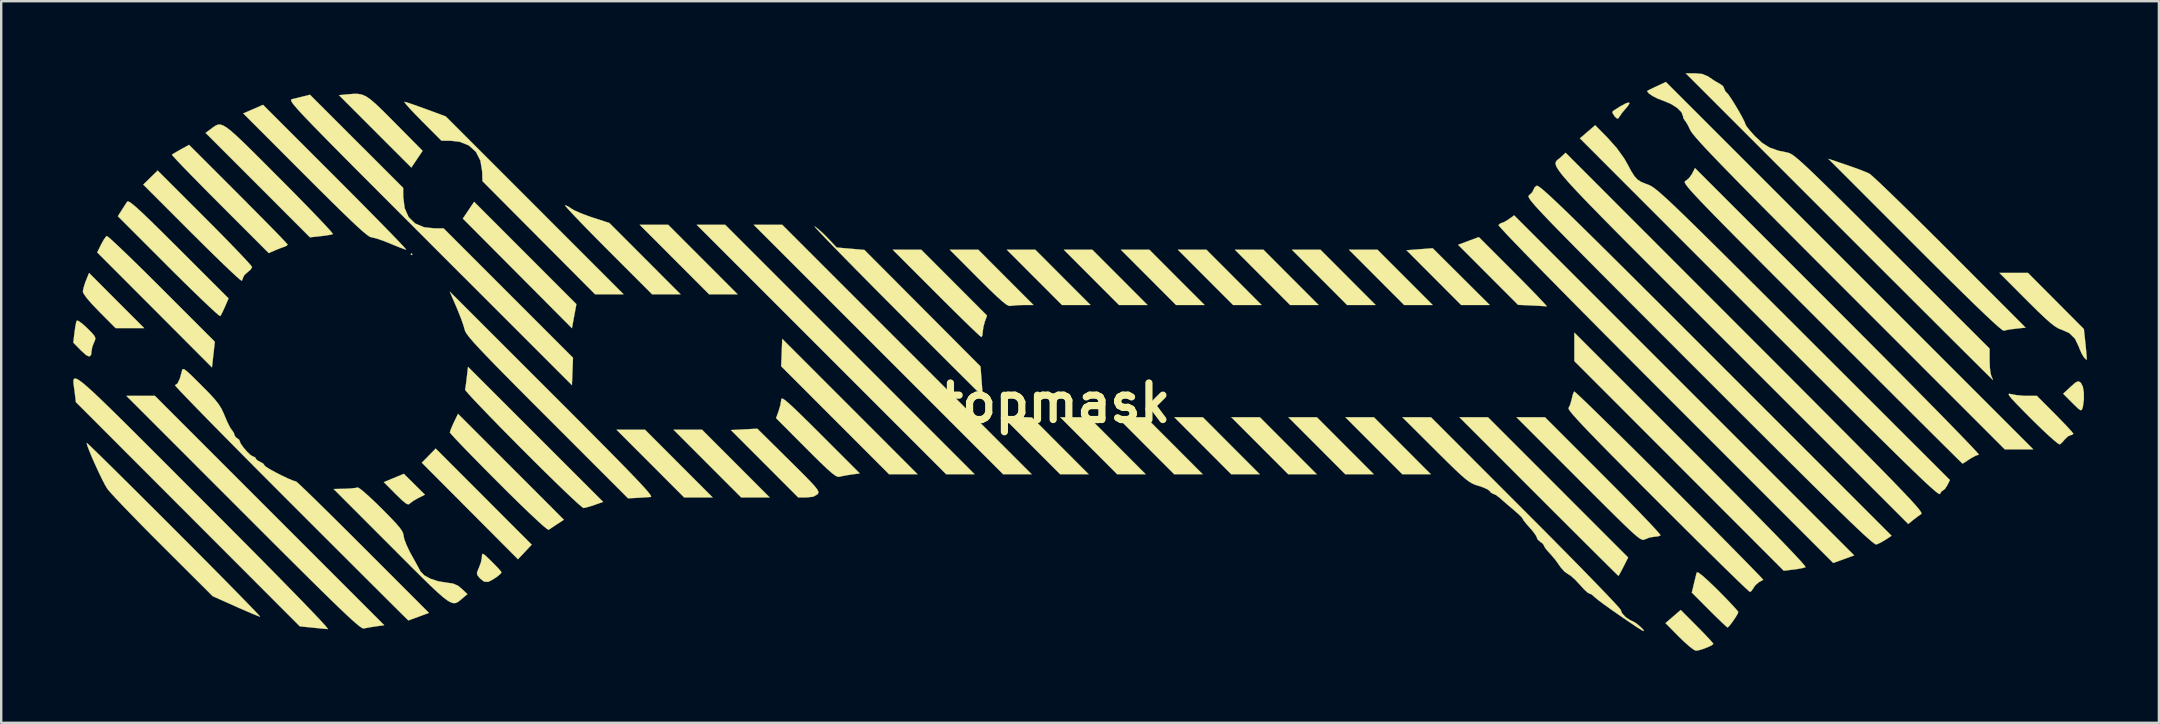
<source format=kicad_pcb>
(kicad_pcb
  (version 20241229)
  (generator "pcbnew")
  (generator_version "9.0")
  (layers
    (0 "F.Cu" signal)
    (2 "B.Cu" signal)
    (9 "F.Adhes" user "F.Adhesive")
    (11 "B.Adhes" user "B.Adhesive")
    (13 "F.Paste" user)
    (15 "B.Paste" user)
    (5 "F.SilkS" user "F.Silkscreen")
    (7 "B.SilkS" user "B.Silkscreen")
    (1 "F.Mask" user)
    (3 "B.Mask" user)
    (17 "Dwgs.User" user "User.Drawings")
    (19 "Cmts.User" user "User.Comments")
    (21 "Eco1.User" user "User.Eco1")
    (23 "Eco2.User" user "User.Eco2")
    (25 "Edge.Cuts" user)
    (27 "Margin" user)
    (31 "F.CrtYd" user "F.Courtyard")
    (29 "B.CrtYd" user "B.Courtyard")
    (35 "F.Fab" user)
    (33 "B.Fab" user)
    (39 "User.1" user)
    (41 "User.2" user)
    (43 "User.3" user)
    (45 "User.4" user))
  (footprint "topmask"
    (layer "F.Cu")
    (at 40.949 13.745)
    (property "Reference" "topmask" (at 0 0 0) (layer "F.SilkS") (effects (font (size 1.524 1.524) (thickness 0.3))))
    (attr through_hole)
    (fp_poly (pts (xy -26.811 -6.201) (xy -26.848 -6.164) (xy -26.885 -6.201) (xy -26.848 -6.239) (xy -26.811 -6.201)) (stroke (width 0.01) (type solid)) (fill yes) (layer "F.SilkS"))
    (fp_poly (pts (xy -13.258 -4.53) (xy -14.447 -4.53) (xy -17.34 -7.427) (xy -16.152 -7.427) (xy -13.258 -4.53)) (stroke (width 0.01) (type solid)) (fill yes) (layer "F.SilkS"))
    (fp_poly (pts (xy -11.922 3.936) (xy -13.11 3.936) (xy -15.929 1.114) (xy -14.741 1.114) (xy -11.922 3.936)) (stroke (width 0.01) (type solid)) (fill yes) (layer "F.SilkS"))
    (fp_poly (pts (xy 3.749 2.971) (xy 2.561 2.971) (xy 0.187 0.594) (xy 1.376 0.594) (xy 3.749 2.971)) (stroke (width 0.01) (type solid)) (fill yes) (layer "F.SilkS"))
    (fp_poly (pts (xy 6.125 2.971) (xy 4.937 2.971) (xy 2.564 0.594) (xy 3.752 0.594) (xy 6.125 2.971)) (stroke (width 0.01) (type solid)) (fill yes) (layer "F.SilkS"))
    (fp_poly (pts (xy 8.502 2.971) (xy 7.314 2.971) (xy 4.941 0.594) (xy 6.129 0.594) (xy 8.502 2.971)) (stroke (width 0.01) (type solid)) (fill yes) (layer "F.SilkS"))
    (fp_poly (pts (xy 13.255 2.971) (xy 12.067 2.971) (xy 9.694 0.594) (xy 10.882 0.594) (xy 13.255 2.971)) (stroke (width 0.01) (type solid)) (fill yes) (layer "F.SilkS"))
    (fp_poly (pts (xy 15.632 2.971) (xy 14.444 2.971) (xy 12.07 0.594) (xy 13.259 0.594) (xy 15.632 2.971)) (stroke (width 0.01) (type solid)) (fill yes) (layer "F.SilkS"))
    (fp_poly (pts (xy -15.708 2.525) (xy -14.298 3.936) (xy -15.487 3.936) (xy -18.306 1.114) (xy -17.118 1.114) (xy -15.708 2.525)) (stroke (width 0.01) (type solid)) (fill yes) (layer "F.SilkS"))
    (fp_poly (pts (xy 9.692 1.782) (xy 10.879 2.971) (xy 9.69 2.971) (xy 7.317 0.594) (xy 8.506 0.594) (xy 9.692 1.782)) (stroke (width 0.01) (type solid)) (fill yes) (layer "F.SilkS"))
    (fp_poly (pts (xy -23.841 3.901) (xy -21.841 5.904) (xy -22.413 6.512) (xy -26.421 2.488) (xy -26.131 2.193) (xy -25.842 1.898) (xy -23.841 3.901)) (stroke (width 0.01) (type solid)) (fill yes) (layer "F.SilkS"))
    (fp_poly (pts (xy -8.578 0.148) (xy -5.757 2.971) (xy -6.945 2.971) (xy -11.444 -1.53) (xy -11.422 -2.103) (xy -11.4 -2.675) (xy -8.578 0.148)) (stroke (width 0.01) (type solid)) (fill yes) (layer "F.SilkS"))
    (fp_poly (pts (xy -8.578 -2.228) (xy -3.38 2.971) (xy -4.568 2.971) (xy -9.766 -2.228) (xy -14.965 -7.427) (xy -13.777 -7.427) (xy -8.578 -2.228)) (stroke (width 0.01) (type solid)) (fill yes) (layer "F.SilkS"))
    (fp_poly (pts (xy -6.201 -2.228) (xy -1.003 2.971) (xy -2.191 2.971) (xy -7.39 -2.228) (xy -12.588 -7.427) (xy -11.4 -7.427) (xy -6.201 -2.228)) (stroke (width 0.01) (type solid)) (fill yes) (layer "F.SilkS"))
    (fp_poly (pts (xy 0.297 -5.236) (xy 1.446 -4.085) (xy 0.258 -4.085) (xy -0.891 -5.236) (xy -2.041 -6.387) (xy -0.852 -6.387) (xy 0.297 -5.236)) (stroke (width 0.01) (type solid)) (fill yes) (layer "F.SilkS"))
    (fp_poly (pts (xy 2.674 -5.236) (xy 3.823 -4.085) (xy 2.635 -4.085) (xy 1.485 -5.236) (xy 0.336 -6.387) (xy 1.524 -6.387) (xy 2.674 -5.236)) (stroke (width 0.01) (type solid)) (fill yes) (layer "F.SilkS"))
    (fp_poly (pts (xy 5.05 -5.236) (xy 6.2 -4.085) (xy 5.011 -4.085) (xy 3.862 -5.236) (xy 2.713 -6.387) (xy 3.901 -6.387) (xy 5.05 -5.236)) (stroke (width 0.01) (type solid)) (fill yes) (layer "F.SilkS"))
    (fp_poly (pts (xy 7.427 -5.236) (xy 8.576 -4.085) (xy 7.388 -4.085) (xy 6.239 -5.236) (xy 5.089 -6.387) (xy 6.278 -6.387) (xy 7.427 -5.236)) (stroke (width 0.01) (type solid)) (fill yes) (layer "F.SilkS"))
    (fp_poly (pts (xy 9.804 -5.236) (xy 10.953 -4.085) (xy 9.765 -4.085) (xy 8.615 -5.236) (xy 7.466 -6.387) (xy 8.654 -6.387) (xy 9.804 -5.236)) (stroke (width 0.01) (type solid)) (fill yes) (layer "F.SilkS"))
    (fp_poly (pts (xy 12.18 -5.236) (xy 13.329 -4.085) (xy 12.141 -4.085) (xy 10.992 -5.236) (xy 9.842 -6.387) (xy 11.031 -6.387) (xy 12.18 -5.236)) (stroke (width 0.01) (type solid)) (fill yes) (layer "F.SilkS"))
    (fp_poly (pts (xy 14.557 -5.236) (xy 15.706 -4.085) (xy 14.518 -4.085) (xy 13.368 -5.236) (xy 12.219 -6.387) (xy 13.407 -6.387) (xy 14.557 -5.236)) (stroke (width 0.01) (type solid)) (fill yes) (layer "F.SilkS"))
    (fp_poly (pts (xy 16.896 -5.267) (xy 18.084 -4.085) (xy 16.894 -4.085) (xy 14.617 -6.366) (xy 15.162 -6.408) (xy 15.708 -6.45) (xy 16.896 -5.267)) (stroke (width 0.01) (type solid)) (fill yes) (layer "F.SilkS"))
    (fp_poly (pts (xy -22.109 -6.252) (xy -19.978 -4.12) (xy -20.164 -3.117) (xy -22.437 -5.402) (xy -24.711 -7.687) (xy -24.475 -8.036) (xy -24.24 -8.385) (xy -22.109 -6.252)) (stroke (width 0.01) (type solid)) (fill yes) (layer "F.SilkS"))
    (fp_poly (pts (xy -1.609 0.581) (xy -0.991 0.604) (xy 0.191 1.788) (xy 1.372 2.971) (xy 0.184 2.971) (xy -1.022 1.764) (xy -2.227 0.557) (xy -1.609 0.581)) (stroke (width 0.01) (type solid)) (fill yes) (layer "F.SilkS"))
    (fp_poly (pts (xy -39.139 -4.269) (xy -37.99 -3.119) (xy -39.18 -3.119) (xy -39.865 -3.808) (xy -40.161 -4.117) (xy -40.382 -4.371) (xy -40.513 -4.556) (xy -40.547 -4.643) (xy -40.517 -4.801) (xy -40.447 -5.022) (xy -40.415 -5.105) (xy -40.287 -5.42) (xy -39.139 -4.269)) (stroke (width 0.01) (type solid)) (fill yes) (layer "F.SilkS"))
    (fp_poly (pts (xy -26.73 3.386) (xy -26.29 3.821) (xy -26.569 3.96) (xy -26.765 4.072) (xy -26.907 4.177) (xy -26.928 4.2) (xy -26.987 4.227) (xy -27.085 4.184) (xy -27.24 4.057) (xy -27.471 3.833) (xy -27.506 3.799) (xy -28.004 3.297) (xy -27.169 2.951) (xy -26.73 3.386)) (stroke (width 0.01) (type solid)) (fill yes) (layer "F.SilkS"))
    (fp_poly (pts (xy -28.918 -12.854) (xy -28.751 -12.782) (xy -28.566 -12.656) (xy -28.342 -12.464) (xy -28.06 -12.195) (xy -27.7 -11.836) (xy -27.538 -11.672) (xy -26.387 -10.509) (xy -26.622 -10.16) (xy -26.857 -9.811) (xy -29.872 -12.828) (xy -29.501 -12.864) (xy -29.273 -12.883) (xy -29.086 -12.883) (xy -28.918 -12.854)) (stroke (width 0.01) (type solid)) (fill yes) (layer "F.SilkS"))
    (fp_poly (pts (xy 23.908 -12.479) (xy 23.819 -12.348) (xy 23.752 -12.272) (xy 23.606 -12.099) (xy 23.5 -11.948) (xy 23.493 -11.936) (xy 23.434 -11.851) (xy 23.368 -11.87) (xy 23.282 -11.959) (xy 23.196 -12.096) (xy 23.217 -12.166) (xy 23.533 -12.367) (xy 23.758 -12.488) (xy 23.885 -12.525) (xy 23.908 -12.479)) (stroke (width 0.01) (type solid)) (fill yes) (layer "F.SilkS"))
    (fp_poly (pts (xy -2.08 -5.236) (xy -0.93 -4.085) (xy -1.338 -4.084) (xy -1.596 -4.076) (xy -1.811 -4.058) (xy -1.894 -4.044) (xy -1.967 -4.053) (xy -2.08 -4.118) (xy -2.245 -4.249) (xy -2.474 -4.456) (xy -2.78 -4.749) (xy -3.173 -5.139) (xy -3.23 -5.196) (xy -4.417 -6.387) (xy -3.229 -6.387) (xy -2.08 -5.236)) (stroke (width 0.01) (type solid)) (fill yes) (layer "F.SilkS"))
    (fp_poly (pts (xy -39.481 -6.913) (xy -39.321 -6.772) (xy -39.079 -6.547) (xy -38.766 -6.249) (xy -38.394 -5.888) (xy -37.973 -5.476) (xy -37.516 -5.022) (xy -37.26 -4.767) (xy -35.046 -2.553) (xy -35.166 -1.483) (xy -37.557 -3.88) (xy -39.948 -6.276) (xy -39.785 -6.606) (xy -39.677 -6.802) (xy -39.583 -6.932) (xy -39.548 -6.959) (xy -39.481 -6.913)) (stroke (width 0.01) (type solid)) (fill yes) (layer "F.SilkS"))
    (fp_poly (pts (xy -11.124 2.37) (xy -10.718 2.772) (xy -10.407 3.084) (xy -10.18 3.319) (xy -10.027 3.49) (xy -9.935 3.61) (xy -9.895 3.692) (xy -9.895 3.751) (xy -9.924 3.798) (xy -9.929 3.803) (xy -10.104 3.904) (xy -10.391 3.936) (xy -10.733 3.936) (xy -12.136 2.532) (xy -13.54 1.127) (xy -12.44 1.07) (xy -11.124 2.37)) (stroke (width 0.01) (type solid)) (fill yes) (layer "F.SilkS"))
    (fp_poly (pts (xy 42.657 -0.888) (xy 42.723 -0.837) (xy 42.801 -0.688) (xy 42.843 -0.443) (xy 42.846 -0.152) (xy 42.808 0.135) (xy 42.79 0.205) (xy 42.759 0.285) (xy 42.709 0.301) (xy 42.617 0.24) (xy 42.458 0.089) (xy 42.362 -0.006) (xy 41.983 -0.386) (xy 42.288 -0.67) (xy 42.466 -0.829) (xy 42.577 -0.897) (xy 42.657 -0.888)) (stroke (width 0.01) (type solid)) (fill yes) (layer "F.SilkS"))
    (fp_poly (pts (xy -20.339 -8.201) (xy -20.189 -8.101) (xy -20.04 -8.017) (xy -19.791 -7.908) (xy -19.483 -7.791) (xy -19.306 -7.731) (xy -18.604 -7.503) (xy -15.635 -4.53) (xy -16.823 -4.53) (xy -18.679 -6.387) (xy -19.105 -6.816) (xy -19.492 -7.21) (xy -19.829 -7.557) (xy -20.105 -7.846) (xy -20.308 -8.064) (xy -20.426 -8.201) (xy -20.452 -8.244) (xy -20.339 -8.201)) (stroke (width 0.01) (type solid)) (fill yes) (layer "F.SilkS"))
    (fp_poly (pts (xy -4.235 -5.015) (xy -2.865 -3.643) (xy -2.955 -3.395) (xy -3.018 -3.162) (xy -3.045 -2.949) (xy -3.045 -2.947) (xy -3.063 -2.801) (xy -3.101 -2.748) (xy -3.165 -2.799) (xy -3.321 -2.943) (xy -3.557 -3.168) (xy -3.861 -3.463) (xy -4.219 -3.816) (xy -4.621 -4.213) (xy -4.976 -4.568) (xy -6.794 -6.387) (xy -5.606 -6.387) (xy -4.235 -5.015)) (stroke (width 0.01) (type solid)) (fill yes) (layer "F.SilkS"))
    (fp_poly (pts (xy 19.082 -5.463) (xy 19.457 -5.086) (xy 19.79 -4.747) (xy 20.07 -4.458) (xy 20.284 -4.233) (xy 20.419 -4.085) (xy 20.463 -4.026) (xy 20.461 -4.025) (xy 20.355 -4.036) (xy 20.143 -4.049) (xy 19.869 -4.064) (xy 19.826 -4.065) (xy 19.265 -4.091) (xy 18.016 -5.342) (xy 16.767 -6.593) (xy 17.198 -6.754) (xy 17.63 -6.915) (xy 19.082 -5.463)) (stroke (width 0.01) (type solid)) (fill yes) (layer "F.SilkS"))
    (fp_poly (pts (xy 20.933 3.517) (xy 23.854 6.439) (xy 23.66 6.821) (xy 23.553 7.027) (xy 23.476 7.166) (xy 23.449 7.204) (xy 23.395 7.153) (xy 23.245 7.006) (xy 23.007 6.771) (xy 22.692 6.458) (xy 22.307 6.075) (xy 21.862 5.632) (xy 21.365 5.136) (xy 20.826 4.598) (xy 20.253 4.025) (xy 20.127 3.899) (xy 16.823 0.594) (xy 18.011 0.594) (xy 20.933 3.517)) (stroke (width 0.01) (type solid)) (fill yes) (layer "F.SilkS"))
    (fp_poly (pts (xy 26.475 1.929) (xy 27.357 2.812) (xy 28.156 3.616) (xy 28.869 4.336) (xy 29.493 4.971) (xy 30.028 5.518) (xy 30.468 5.974) (xy 30.813 6.337) (xy 31.06 6.605) (xy 31.206 6.774) (xy 31.248 6.841) (xy 31.247 6.842) (xy 31.126 6.879) (xy 30.912 6.918) (xy 30.747 6.941) (xy 30.339 6.99) (xy 21.612 -1.746) (xy 21.612 -2.933) (xy 26.475 1.929)) (stroke (width 0.01) (type solid)) (fill yes) (layer "F.SilkS"))
    (fp_poly (pts (xy 26.725 9.309) (xy 26.979 9.567) (xy 27.19 9.788) (xy 27.338 9.951) (xy 27.404 10.034) (xy 27.405 10.038) (xy 27.342 10.094) (xy 27.186 10.17) (xy 26.988 10.247) (xy 26.798 10.304) (xy 26.678 10.323) (xy 26.575 10.273) (xy 26.397 10.136) (xy 26.172 9.936) (xy 25.978 9.748) (xy 25.409 9.172) (xy 25.727 8.899) (xy 26.045 8.626) (xy 26.725 9.309)) (stroke (width 0.01) (type solid)) (fill yes) (layer "F.SilkS"))
    (fp_poly (pts (xy -40.731 -3.42) (xy -40.588 -3.32) (xy -40.4 -3.153) (xy -40.365 -3.119) (xy -40.166 -2.918) (xy -40.058 -2.786) (xy -40.023 -2.69) (xy -40.047 -2.596) (xy -40.076 -2.536) (xy -40.153 -2.341) (xy -40.18 -2.191) (xy -40.204 -2.002) (xy -40.278 -1.937) (xy -40.412 -1.997) (xy -40.616 -2.182) (xy -40.621 -2.187) (xy -40.944 -2.516) (xy -40.894 -2.939) (xy -40.86 -3.182) (xy -40.823 -3.366) (xy -40.8 -3.434) (xy -40.731 -3.42)) (stroke (width 0.01) (type solid)) (fill yes) (layer "F.SilkS"))
    (fp_poly (pts (xy -32.764 4.482) (xy -27.985 9.261) (xy -28.326 9.308) (xy -28.574 9.346) (xy -28.784 9.385) (xy -28.835 9.396) (xy -28.876 9.391) (xy -28.942 9.357) (xy -29.038 9.287) (xy -29.172 9.177) (xy -29.35 9.02) (xy -29.576 8.811) (xy -29.859 8.542) (xy -30.203 8.209) (xy -30.615 7.806) (xy -31.101 7.327) (xy -31.667 6.765) (xy -32.32 6.115) (xy -33.065 5.371) (xy -33.866 4.57) (xy -38.731 -0.297) (xy -37.543 -0.297) (xy -32.764 4.482)) (stroke (width 0.01) (type solid)) (fill yes) (layer "F.SilkS"))
    (fp_poly (pts (xy 33.272 6.35) (xy 32.401 6.667) (xy 25.4 -0.334) (xy 24.446 -1.289) (xy 23.547 -2.192) (xy 22.705 -3.038) (xy 21.926 -3.824) (xy 21.214 -4.544) (xy 20.573 -5.195) (xy 20.008 -5.771) (xy 19.523 -6.269) (xy 19.123 -6.683) (xy 18.811 -7.01) (xy 18.594 -7.244) (xy 18.474 -7.381) (xy 18.45 -7.418) (xy 18.549 -7.496) (xy 18.579 -7.501) (xy 18.686 -7.541) (xy 18.849 -7.639) (xy 18.879 -7.66) (xy 19.103 -7.82) (xy 33.272 6.35)) (stroke (width 0.01) (type solid)) (fill yes) (layer "F.SilkS"))
    (fp_poly (pts (xy -27.049 -12.528) (xy -26.846 -12.461) (xy -26.564 -12.363) (xy -26.247 -12.248) (xy -25.422 -11.943) (xy -21.716 -8.237) (xy -18.011 -4.53) (xy -19.199 -4.53) (xy -21.546 -6.888) (xy -23.892 -9.246) (xy -23.903 -9.64) (xy -23.978 -10.1) (xy -24.165 -10.466) (xy -24.458 -10.732) (xy -24.847 -10.888) (xy -25.205 -10.928) (xy -25.603 -10.933) (xy -26.41 -11.742) (xy -26.682 -12.019) (xy -26.905 -12.255) (xy -27.064 -12.433) (xy -27.142 -12.535) (xy -27.144 -12.552) (xy -27.049 -12.528)) (stroke (width 0.01) (type solid)) (fill yes) (layer "F.SilkS"))
    (fp_poly (pts (xy -23.797 6.333) (xy -23.649 6.47) (xy -23.506 6.61) (xy -23.312 6.807) (xy -23.168 6.963) (xy -23.1 7.051) (xy -23.098 7.058) (xy -23.155 7.134) (xy -23.295 7.247) (xy -23.47 7.361) (xy -23.631 7.444) (xy -23.661 7.454) (xy -23.821 7.446) (xy -23.989 7.316) (xy -24.098 7.186) (xy -24.124 7.082) (xy -24.072 6.936) (xy -24.04 6.867) (xy -23.956 6.639) (xy -23.915 6.428) (xy -23.915 6.406) (xy -23.909 6.312) (xy -23.877 6.284) (xy -23.797 6.333)) (stroke (width 0.01) (type solid)) (fill yes) (layer "F.SilkS"))
    (fp_poly (pts (xy 41.681 -4.252) (xy 42.846 -3.082) (xy 42.914 -2.451) (xy 42.942 -2.163) (xy 42.961 -1.94) (xy 42.968 -1.815) (xy 42.966 -1.801) (xy 42.915 -1.834) (xy 42.843 -1.912) (xy 42.751 -2.066) (xy 42.656 -2.284) (xy 42.637 -2.339) (xy 42.474 -2.683) (xy 42.239 -2.914) (xy 41.92 -3.055) (xy 41.79 -3.105) (xy 41.645 -3.191) (xy 41.468 -3.326) (xy 41.244 -3.524) (xy 40.954 -3.798) (xy 40.584 -4.163) (xy 40.461 -4.286) (xy 39.327 -5.422) (xy 40.515 -5.422) (xy 41.681 -4.252)) (stroke (width 0.01) (type solid)) (fill yes) (layer "F.SilkS"))
    (fp_poly (pts (xy -22.706 2.658) (xy -20.5 4.865) (xy -20.778 5.047) (xy -20.965 5.171) (xy -21.105 5.265) (xy -21.133 5.285) (xy -21.204 5.247) (xy -21.369 5.112) (xy -21.62 4.886) (xy -21.947 4.578) (xy -22.344 4.197) (xy -22.799 3.75) (xy -23.231 3.32) (xy -23.681 2.868) (xy -24.096 2.447) (xy -24.465 2.07) (xy -24.776 1.748) (xy -25.018 1.493) (xy -25.179 1.316) (xy -25.249 1.23) (xy -25.251 1.225) (xy -25.22 1.12) (xy -25.142 0.934) (xy -25.081 0.801) (xy -24.911 0.451) (xy -22.706 2.658)) (stroke (width 0.01) (type solid)) (fill yes) (layer "F.SilkS"))
    (fp_poly (pts (xy -18.864 4.121) (xy -19.217 4.246) (xy -19.445 4.32) (xy -19.626 4.367) (xy -19.682 4.376) (xy -19.755 4.326) (xy -19.923 4.181) (xy -20.172 3.951) (xy -20.494 3.646) (xy -20.876 3.277) (xy -21.308 2.854) (xy -21.779 2.388) (xy -22.217 1.95) (xy -22.71 1.453) (xy -23.169 0.987) (xy -23.582 0.563) (xy -23.94 0.191) (xy -24.233 -0.117) (xy -24.45 -0.352) (xy -24.581 -0.503) (xy -24.618 -0.557) (xy -24.597 -0.667) (xy -24.568 -0.874) (xy -24.545 -1.07) (xy -24.495 -1.508) (xy -18.864 4.121)) (stroke (width 0.01) (type solid)) (fill yes) (layer "F.SilkS"))
    (fp_poly (pts (xy -11.376 -0.179) (xy -11.281 -0.118) (xy -11.132 0.007) (xy -10.919 0.203) (xy -10.632 0.479) (xy -10.26 0.844) (xy -9.802 1.3) (xy -8.167 2.934) (xy -8.521 2.981) (xy -8.766 3.02) (xy -8.968 3.061) (xy -9.024 3.077) (xy -9.09 3.074) (xy -9.189 3.024) (xy -9.333 2.917) (xy -9.533 2.74) (xy -9.804 2.483) (xy -10.157 2.136) (xy -10.414 1.878) (xy -11.657 0.631) (xy -11.55 0.334) (xy -11.481 0.099) (xy -11.443 -0.111) (xy -11.441 -0.148) (xy -11.426 -0.186) (xy -11.376 -0.179)) (stroke (width 0.01) (type solid)) (fill yes) (layer "F.SilkS"))
    (fp_poly (pts (xy -35.462 -7.722) (xy -35.018 -7.276) (xy -34.609 -6.861) (xy -34.247 -6.488) (xy -33.943 -6.17) (xy -33.709 -5.92) (xy -33.556 -5.748) (xy -33.496 -5.668) (xy -33.495 -5.665) (xy -33.552 -5.562) (xy -33.681 -5.452) (xy -33.814 -5.334) (xy -33.867 -5.232) (xy -33.906 -5.115) (xy -33.927 -5.096) (xy -33.991 -5.138) (xy -34.148 -5.275) (xy -34.386 -5.495) (xy -34.693 -5.788) (xy -35.058 -6.141) (xy -35.469 -6.545) (xy -35.914 -6.987) (xy -36.008 -7.08) (xy -38.029 -9.102) (xy -37.729 -9.395) (xy -37.429 -9.688) (xy -35.462 -7.722)) (stroke (width 0.01) (type solid)) (fill yes) (layer "F.SilkS"))
    (fp_poly (pts (xy 26.775 7.066) (xy 26.931 7.18) (xy 27.176 7.397) (xy 27.506 7.714) (xy 27.594 7.801) (xy 27.881 8.091) (xy 28.127 8.347) (xy 28.313 8.548) (xy 28.423 8.677) (xy 28.445 8.714) (xy 28.406 8.806) (xy 28.31 8.962) (xy 28.19 9.137) (xy 28.077 9.283) (xy 28.003 9.355) (xy 27.998 9.356) (xy 27.935 9.307) (xy 27.787 9.171) (xy 27.575 8.967) (xy 27.319 8.715) (xy 27.233 8.629) (xy 26.507 7.9) (xy 26.595 7.534) (xy 26.652 7.299) (xy 26.698 7.116) (xy 26.713 7.06) (xy 26.775 7.066)) (stroke (width 0.01) (type solid)) (fill yes) (layer "F.SilkS"))
    (fp_poly (pts (xy -38.584 -8.366) (xy -38.46 -8.274) (xy -38.28 -8.119) (xy -38.035 -7.893) (xy -37.718 -7.588) (xy -37.318 -7.196) (xy -36.827 -6.709) (xy -36.549 -6.432) (xy -34.475 -4.36) (xy -34.621 -4.018) (xy -34.716 -3.81) (xy -34.794 -3.66) (xy -34.82 -3.622) (xy -34.883 -3.661) (xy -35.038 -3.795) (xy -35.275 -4.013) (xy -35.582 -4.304) (xy -35.948 -4.657) (xy -36.362 -5.062) (xy -36.812 -5.507) (xy -36.98 -5.676) (xy -39.087 -7.783) (xy -38.929 -8.032) (xy -38.807 -8.223) (xy -38.71 -8.374) (xy -38.697 -8.392) (xy -38.66 -8.403) (xy -38.584 -8.366)) (stroke (width 0.01) (type solid)) (fill yes) (layer "F.SilkS"))
    (fp_poly (pts (xy -34.7 -11.566) (xy -34.554 -11.479) (xy -34.368 -11.335) (xy -34.133 -11.126) (xy -33.837 -10.845) (xy -33.469 -10.484) (xy -33.019 -10.036) (xy -32.477 -9.492) (xy -32.354 -9.37) (xy -31.877 -8.89) (xy -31.436 -8.442) (xy -31.042 -8.037) (xy -30.705 -7.687) (xy -30.436 -7.401) (xy -30.244 -7.191) (xy -30.141 -7.067) (xy -30.126 -7.038) (xy -30.23 -7.011) (xy -30.433 -6.978) (xy -30.636 -6.953) (xy -31.082 -6.905) (xy -33.256 -9.081) (xy -35.431 -11.257) (xy -35.213 -11.418) (xy -35.104 -11.5) (xy -35.008 -11.564) (xy -34.916 -11.601) (xy -34.817 -11.605) (xy -34.7 -11.566)) (stroke (width 0.01) (type solid)) (fill yes) (layer "F.SilkS"))
    (fp_poly (pts (xy -34.065 -8.703) (xy -33.612 -8.248) (xy -33.193 -7.825) (xy -32.82 -7.447) (xy -32.504 -7.125) (xy -32.257 -6.869) (xy -32.09 -6.692) (xy -32.013 -6.606) (xy -32.01 -6.6) (xy -32.07 -6.543) (xy -32.14 -6.515) (xy -32.293 -6.461) (xy -32.5 -6.378) (xy -32.535 -6.363) (xy -32.8 -6.248) (xy -34.834 -8.283) (xy -35.284 -8.734) (xy -35.697 -9.153) (xy -36.063 -9.526) (xy -36.371 -9.844) (xy -36.609 -10.094) (xy -36.767 -10.265) (xy -36.833 -10.345) (xy -36.834 -10.35) (xy -36.755 -10.401) (xy -36.589 -10.498) (xy -36.461 -10.571) (xy -36.121 -10.759) (xy -34.065 -8.703)) (stroke (width 0.01) (type solid)) (fill yes) (layer "F.SilkS"))
    (fp_poly (pts (xy 22.822 3.03) (xy 23.316 3.525) (xy 23.773 3.989) (xy 24.185 4.411) (xy 24.541 4.78) (xy 24.831 5.086) (xy 25.045 5.318) (xy 25.172 5.466) (xy 25.205 5.518) (xy 25.097 5.558) (xy 24.961 5.571) (xy 24.748 5.606) (xy 24.574 5.673) (xy 24.527 5.694) (xy 24.479 5.703) (xy 24.42 5.689) (xy 24.34 5.647) (xy 24.23 5.566) (xy 24.081 5.439) (xy 23.884 5.257) (xy 23.629 5.013) (xy 23.307 4.697) (xy 22.908 4.302) (xy 22.424 3.82) (xy 21.845 3.241) (xy 21.789 3.184) (xy 19.199 0.594) (xy 20.388 0.594) (xy 22.822 3.03)) (stroke (width 0.01) (type solid)) (fill yes) (layer "F.SilkS"))
    (fp_poly (pts (xy 32.94 -9.926) (xy 33.276 -9.809) (xy 33.581 -9.696) (xy 33.814 -9.602) (xy 33.906 -9.559) (xy 33.997 -9.486) (xy 34.183 -9.317) (xy 34.454 -9.063) (xy 34.8 -8.731) (xy 35.21 -8.332) (xy 35.676 -7.876) (xy 36.187 -7.371) (xy 36.734 -6.829) (xy 37.272 -6.292) (xy 40.417 -3.142) (xy 40.02 -3.099) (xy 39.774 -3.068) (xy 39.579 -3.032) (xy 39.511 -3.013) (xy 39.443 -3.047) (xy 39.289 -3.171) (xy 39.048 -3.388) (xy 38.716 -3.698) (xy 38.292 -4.105) (xy 37.774 -4.611) (xy 37.159 -5.217) (xy 36.445 -5.927) (xy 35.798 -6.573) (xy 32.196 -10.177) (xy 32.94 -9.926)) (stroke (width 0.01) (type solid)) (fill yes) (layer "F.SilkS"))
    (fp_poly (pts (xy 39.809 -0.371) (xy 40.037 -0.328) (xy 40.327 -0.301) (xy 40.477 -0.297) (xy 40.888 -0.297) (xy 41.648 0.465) (xy 41.917 0.74) (xy 42.145 0.978) (xy 42.312 1.16) (xy 42.399 1.266) (xy 42.408 1.282) (xy 42.348 1.331) (xy 42.302 1.337) (xy 42.182 1.391) (xy 42.06 1.507) (xy 41.935 1.648) (xy 41.846 1.726) (xy 41.772 1.69) (xy 41.611 1.563) (xy 41.38 1.358) (xy 41.094 1.091) (xy 40.771 0.777) (xy 40.658 0.665) (xy 40.293 0.297) (xy 40.025 0.022) (xy 39.844 -0.172) (xy 39.742 -0.298) (xy 39.708 -0.365) (xy 39.734 -0.385) (xy 39.809 -0.371)) (stroke (width 0.01) (type solid)) (fill yes) (layer "F.SilkS"))
    (fp_poly (pts (xy -30.017 -9.407) (xy -29.467 -8.856) (xy -28.951 -8.337) (xy -28.48 -7.859) (xy -28.061 -7.433) (xy -27.704 -7.068) (xy -27.418 -6.771) (xy -27.212 -6.554) (xy -27.095 -6.424) (xy -27.071 -6.39) (xy -27.169 -6.419) (xy -27.367 -6.493) (xy -27.629 -6.599) (xy -27.739 -6.646) (xy -28.034 -6.763) (xy -28.296 -6.852) (xy -28.483 -6.9) (xy -28.52 -6.903) (xy -28.588 -6.928) (xy -28.702 -7.005) (xy -28.867 -7.14) (xy -29.093 -7.341) (xy -29.385 -7.616) (xy -29.752 -7.97) (xy -30.201 -8.41) (xy -30.74 -8.945) (xy -31.284 -9.488) (xy -33.862 -12.069) (xy -33.449 -12.248) (xy -33.037 -12.427) (xy -30.017 -9.407)) (stroke (width 0.01) (type solid)) (fill yes) (layer "F.SilkS"))
    (fp_poly (pts (xy -9.917 -7.265) (xy -9.726 -7.096) (xy -9.517 -6.888) (xy -9.508 -6.879) (xy -9.131 -6.48) (xy -8.553 -6.43) (xy -7.975 -6.379) (xy -3.136 -1.523) (xy -3.089 -0.91) (xy -3.069 -0.63) (xy -3.059 -0.417) (xy -3.059 -0.306) (xy -3.062 -0.297) (xy -3.117 -0.348) (xy -3.268 -0.496) (xy -3.506 -0.732) (xy -3.824 -1.048) (xy -4.212 -1.434) (xy -4.662 -1.883) (xy -5.165 -2.386) (xy -5.714 -2.935) (xy -6.298 -3.52) (xy -6.647 -3.87) (xy -7.244 -4.469) (xy -7.804 -5.034) (xy -8.321 -5.557) (xy -8.785 -6.029) (xy -9.19 -6.443) (xy -9.526 -6.791) (xy -9.786 -7.063) (xy -9.962 -7.252) (xy -10.046 -7.349) (xy -10.048 -7.36) (xy -9.917 -7.265)) (stroke (width 0.01) (type solid)) (fill yes) (layer "F.SilkS"))
    (fp_poly (pts (xy -29.139 -10.906) (xy -27.197 -8.965) (xy -27.194 -8.592) (xy -27.135 -8.119) (xy -26.971 -7.749) (xy -26.701 -7.484) (xy -26.33 -7.326) (xy -25.897 -7.278) (xy -25.511 -7.278) (xy -22.815 -4.582) (xy -20.12 -1.886) (xy -20.142 -1.314) (xy -20.164 -0.742) (xy -26.101 -6.679) (xy -27.016 -7.595) (xy -27.832 -8.412) (xy -28.554 -9.135) (xy -29.188 -9.77) (xy -29.738 -10.324) (xy -30.21 -10.801) (xy -30.61 -11.208) (xy -30.944 -11.55) (xy -31.216 -11.833) (xy -31.432 -12.062) (xy -31.598 -12.244) (xy -31.72 -12.384) (xy -31.802 -12.488) (xy -31.85 -12.562) (xy -31.869 -12.61) (xy -31.866 -12.64) (xy -31.845 -12.657) (xy -31.819 -12.665) (xy -31.588 -12.72) (xy -31.342 -12.781) (xy -31.082 -12.847) (xy -29.139 -10.906)) (stroke (width 0.01) (type solid)) (fill yes) (layer "F.SilkS"))
    (fp_poly (pts (xy -20.981 -0.371) (xy -20.19 0.42) (xy -19.499 1.113) (xy -18.902 1.714) (xy -18.395 2.228) (xy -17.971 2.66) (xy -17.625 3.018) (xy -17.351 3.306) (xy -17.143 3.531) (xy -16.997 3.699) (xy -16.906 3.814) (xy -16.866 3.884) (xy -16.869 3.913) (xy -16.876 3.915) (xy -17.048 3.928) (xy -17.296 3.944) (xy -17.435 3.952) (xy -17.825 3.973) (xy -21.203 0.594) (xy -21.898 -0.102) (xy -22.495 -0.702) (xy -23 -1.213) (xy -23.422 -1.643) (xy -23.766 -1.999) (xy -24.041 -2.289) (xy -24.254 -2.521) (xy -24.411 -2.703) (xy -24.52 -2.842) (xy -24.589 -2.945) (xy -24.624 -3.021) (xy -24.63 -3.045) (xy -24.682 -3.228) (xy -24.778 -3.5) (xy -24.902 -3.816) (xy -24.967 -3.973) (xy -25.255 -4.642) (xy -20.981 -0.371)) (stroke (width 0.01) (type solid)) (fill yes) (layer "F.SilkS"))
    (fp_poly (pts (xy -40.801 -1.004) (xy -40.691 -0.94) (xy -40.539 -0.826) (xy -40.339 -0.655) (xy -40.086 -0.425) (xy -39.773 -0.128) (xy -39.394 0.239) (xy -38.944 0.681) (xy -38.418 1.204) (xy -37.808 1.812) (xy -37.11 2.51) (xy -36.317 3.304) (xy -35.538 4.084) (xy -34.641 4.982) (xy -33.82 5.807) (xy -33.078 6.556) (xy -32.418 7.225) (xy -31.843 7.812) (xy -31.355 8.313) (xy -30.959 8.724) (xy -30.657 9.044) (xy -30.453 9.268) (xy -30.349 9.394) (xy -30.339 9.422) (xy -30.487 9.409) (xy -30.729 9.386) (xy -30.996 9.359) (xy -31.504 9.308) (xy -36.171 4.635) (xy -40.837 -0.037) (xy -40.886 -0.448) (xy -40.906 -0.6) (xy -40.926 -0.737) (xy -40.938 -0.852) (xy -40.938 -0.941) (xy -40.919 -1) (xy -40.875 -1.022) (xy -40.801 -1.004)) (stroke (width 0.01) (type solid)) (fill yes) (layer "F.SilkS"))
    (fp_poly (pts (xy 40.736 1.931) (xy 39.548 1.931) (xy 33.071 -4.549) (xy 32.077 -5.544) (xy 31.184 -6.439) (xy 30.386 -7.24) (xy 29.679 -7.951) (xy 29.057 -8.579) (xy 28.516 -9.129) (xy 28.051 -9.604) (xy 27.655 -10.011) (xy 27.326 -10.355) (xy 27.056 -10.64) (xy 26.842 -10.873) (xy 26.679 -11.058) (xy 26.561 -11.2) (xy 26.483 -11.304) (xy 26.441 -11.376) (xy 26.44 -11.379) (xy 26.339 -11.587) (xy 26.25 -11.735) (xy 26.215 -11.773) (xy 26.152 -11.877) (xy 26.143 -11.948) (xy 26.075 -12.12) (xy 25.894 -12.301) (xy 25.628 -12.469) (xy 25.326 -12.593) (xy 25.089 -12.683) (xy 24.876 -12.792) (xy 24.719 -12.899) (xy 24.649 -12.984) (xy 24.661 -13.015) (xy 24.742 -13.056) (xy 24.914 -13.139) (xy 25.06 -13.208) (xy 25.426 -13.379) (xy 40.736 1.931)) (stroke (width 0.01) (type solid)) (fill yes) (layer "F.SilkS"))
    (fp_poly (pts (xy -40.327 1.71) (xy -40.176 1.854) (xy -39.936 2.087) (xy -39.618 2.399) (xy -39.228 2.783) (xy -38.777 3.23) (xy -38.271 3.732) (xy -37.72 4.281) (xy -37.132 4.867) (xy -36.723 5.276) (xy -36.117 5.883) (xy -35.545 6.458) (xy -35.015 6.992) (xy -34.535 7.478) (xy -34.114 7.907) (xy -33.759 8.27) (xy -33.479 8.559) (xy -33.282 8.766) (xy -33.177 8.883) (xy -33.161 8.906) (xy -33.253 8.874) (xy -33.453 8.793) (xy -33.735 8.673) (xy -34.072 8.526) (xy -34.184 8.476) (xy -35.133 8.053) (xy -37.216 5.976) (xy -37.685 5.506) (xy -38.128 5.058) (xy -38.533 4.643) (xy -38.887 4.276) (xy -39.176 3.971) (xy -39.388 3.74) (xy -39.51 3.597) (xy -39.523 3.58) (xy -39.618 3.421) (xy -39.743 3.18) (xy -39.885 2.887) (xy -40.031 2.571) (xy -40.167 2.263) (xy -40.28 1.99) (xy -40.357 1.784) (xy -40.385 1.673) (xy -40.382 1.663) (xy -40.327 1.71)) (stroke (width 0.01) (type solid)) (fill yes) (layer "F.SilkS"))
    (fp_poly (pts (xy -29.023 3.553) (xy -28.864 3.678) (xy -28.637 3.878) (xy -28.362 4.136) (xy -28.103 4.39) (xy -27.758 4.738) (xy -27.508 5.002) (xy -27.339 5.199) (xy -27.238 5.344) (xy -27.191 5.456) (xy -27.182 5.523) (xy -27.147 5.685) (xy -27.052 5.93) (xy -26.916 6.213) (xy -26.867 6.304) (xy -26.714 6.58) (xy -26.581 6.821) (xy -26.492 6.987) (xy -26.475 7.018) (xy -26.323 7.179) (xy -26.063 7.322) (xy -25.733 7.43) (xy -25.4 7.484) (xy -25.117 7.526) (xy -24.913 7.614) (xy -24.756 7.742) (xy -24.52 7.965) (xy -24.723 8.137) (xy -24.826 8.224) (xy -24.916 8.292) (xy -25.004 8.334) (xy -25.1 8.342) (xy -25.214 8.308) (xy -25.357 8.226) (xy -25.539 8.087) (xy -25.77 7.885) (xy -26.061 7.612) (xy -26.421 7.26) (xy -26.862 6.822) (xy -27.392 6.291) (xy -27.692 5.991) (xy -30.095 3.585) (xy -29.634 3.574) (xy -29.379 3.562) (xy -29.182 3.54) (xy -29.097 3.518) (xy -29.023 3.553)) (stroke (width 0.01) (type solid)) (fill yes) (layer "F.SilkS"))
    (fp_poly (pts (xy 28.726 -2.943) (xy 29.767 -1.902) (xy 30.707 -0.96) (xy 31.551 -0.113) (xy 32.305 0.644) (xy 32.974 1.316) (xy 33.561 1.908) (xy 34.073 2.426) (xy 34.513 2.874) (xy 34.887 3.257) (xy 35.199 3.581) (xy 35.455 3.85) (xy 35.66 4.069) (xy 35.817 4.243) (xy 35.933 4.378) (xy 36.012 4.479) (xy 36.058 4.549) (xy 36.077 4.596) (xy 36.074 4.622) (xy 36.066 4.629) (xy 35.909 4.738) (xy 35.728 4.878) (xy 35.727 4.878) (xy 35.528 5.041) (xy 28.116 -2.371) (xy 27.079 -3.408) (xy 26.142 -4.345) (xy 25.299 -5.187) (xy 24.547 -5.94) (xy 23.881 -6.608) (xy 23.295 -7.198) (xy 22.786 -7.714) (xy 22.348 -8.162) (xy 21.976 -8.546) (xy 21.666 -8.873) (xy 21.413 -9.148) (xy 21.213 -9.376) (xy 21.06 -9.561) (xy 20.95 -9.711) (xy 20.877 -9.829) (xy 20.838 -9.922) (xy 20.828 -9.994) (xy 20.841 -10.05) (xy 20.873 -10.097) (xy 20.919 -10.14) (xy 20.975 -10.183) (xy 21.035 -10.231) (xy 21.051 -10.246) (xy 21.247 -10.429) (xy 28.726 -2.943)) (stroke (width 0.01) (type solid)) (fill yes) (layer "F.SilkS"))
    (fp_poly (pts (xy 32.61 -3.819) (xy 33.391 -3.037) (xy 34.14 -2.285) (xy 34.851 -1.57) (xy 35.517 -0.897) (xy 36.132 -0.274) (xy 36.69 0.292) (xy 37.184 0.796) (xy 37.607 1.231) (xy 37.954 1.59) (xy 38.217 1.866) (xy 38.39 2.054) (xy 38.467 2.145) (xy 38.47 2.154) (xy 38.342 2.193) (xy 38.156 2.293) (xy 38.084 2.339) (xy 37.915 2.451) (xy 37.806 2.518) (xy 37.788 2.525) (xy 37.734 2.474) (xy 37.581 2.324) (xy 37.337 2.082) (xy 37.007 1.756) (xy 36.6 1.351) (xy 36.121 0.874) (xy 35.577 0.332) (xy 34.975 -0.269) (xy 34.322 -0.921) (xy 33.624 -1.618) (xy 32.888 -2.353) (xy 32.12 -3.121) (xy 31.916 -3.324) (xy 31.005 -4.236) (xy 30.194 -5.048) (xy 29.477 -5.767) (xy 28.849 -6.398) (xy 28.303 -6.947) (xy 27.836 -7.42) (xy 27.44 -7.823) (xy 27.111 -8.162) (xy 26.843 -8.441) (xy 26.631 -8.668) (xy 26.469 -8.847) (xy 26.351 -8.984) (xy 26.273 -9.086) (xy 26.228 -9.157) (xy 26.211 -9.204) (xy 26.216 -9.233) (xy 26.235 -9.247) (xy 26.383 -9.363) (xy 26.515 -9.545) (xy 26.52 -9.556) (xy 26.638 -9.791) (xy 32.61 -3.819)) (stroke (width 0.01) (type solid)) (fill yes) (layer "F.SilkS"))
    (fp_poly (pts (xy 21.666 -0.433) (xy 21.822 -0.29) (xy 22.067 -0.058) (xy 22.391 0.256) (xy 22.787 0.642) (xy 23.247 1.094) (xy 23.762 1.602) (xy 24.324 2.159) (xy 24.925 2.757) (xy 25.557 3.388) (xy 25.587 3.418) (xy 26.218 4.05) (xy 26.818 4.651) (xy 27.376 5.213) (xy 27.887 5.728) (xy 28.341 6.188) (xy 28.73 6.584) (xy 29.047 6.908) (xy 29.283 7.152) (xy 29.431 7.308) (xy 29.482 7.368) (xy 29.482 7.368) (xy 29.396 7.417) (xy 29.299 7.47) (xy 29.147 7.603) (xy 29.077 7.711) (xy 28.992 7.836) (xy 28.928 7.873) (xy 28.865 7.821) (xy 28.705 7.673) (xy 28.457 7.436) (xy 28.13 7.119) (xy 27.732 6.73) (xy 27.272 6.277) (xy 26.757 5.769) (xy 26.197 5.213) (xy 25.601 4.619) (xy 25.071 4.09) (xy 24.317 3.335) (xy 23.664 2.678) (xy 23.105 2.114) (xy 22.636 1.636) (xy 22.25 1.238) (xy 21.942 0.915) (xy 21.706 0.66) (xy 21.536 0.468) (xy 21.428 0.333) (xy 21.374 0.248) (xy 21.37 0.209) (xy 21.436 0.074) (xy 21.495 -0.131) (xy 21.503 -0.168) (xy 21.549 -0.356) (xy 21.597 -0.47) (xy 21.607 -0.479) (xy 21.666 -0.433)) (stroke (width 0.01) (type solid)) (fill yes) (layer "F.SilkS"))
    (fp_poly (pts (xy 23.007 -11.042) (xy 23.381 -10.621) (xy 23.69 -10.19) (xy 23.806 -9.989) (xy 23.978 -9.669) (xy 24.114 -9.454) (xy 24.243 -9.312) (xy 24.395 -9.214) (xy 24.598 -9.131) (xy 24.673 -9.104) (xy 24.739 -9.078) (xy 24.812 -9.04) (xy 24.899 -8.985) (xy 25.005 -8.905) (xy 25.138 -8.797) (xy 25.302 -8.654) (xy 25.503 -8.47) (xy 25.749 -8.24) (xy 26.043 -7.958) (xy 26.394 -7.618) (xy 26.806 -7.214) (xy 27.286 -6.741) (xy 27.839 -6.194) (xy 28.471 -5.565) (xy 29.189 -4.85) (xy 29.998 -4.043) (xy 30.905 -3.138) (xy 31.164 -2.879) (xy 37.263 3.211) (xy 37.156 3.425) (xy 37.063 3.573) (xy 36.982 3.639) (xy 36.978 3.639) (xy 36.898 3.7) (xy 36.852 3.787) (xy 36.832 3.795) (xy 36.785 3.773) (xy 36.705 3.717) (xy 36.589 3.621) (xy 36.431 3.481) (xy 36.226 3.293) (xy 35.971 3.051) (xy 35.659 2.751) (xy 35.286 2.389) (xy 34.849 1.959) (xy 34.34 1.458) (xy 33.757 0.88) (xy 33.094 0.221) (xy 32.346 -0.524) (xy 31.509 -1.359) (xy 30.578 -2.29) (xy 29.548 -3.32) (xy 29.32 -3.547) (xy 21.843 -11.029) (xy 22.161 -11.302) (xy 22.48 -11.576) (xy 23.007 -11.042)) (stroke (width 0.01) (type solid)) (fill yes) (layer "F.SilkS"))
    (fp_poly (pts (xy 26.939 -13.712) (xy 27.179 -13.613) (xy 27.264 -13.556) (xy 27.468 -13.419) (xy 27.653 -13.313) (xy 27.684 -13.298) (xy 27.812 -13.201) (xy 27.851 -13.114) (xy 27.908 -12.982) (xy 27.951 -12.945) (xy 28.028 -12.859) (xy 28.153 -12.678) (xy 28.303 -12.438) (xy 28.459 -12.176) (xy 28.598 -11.927) (xy 28.7 -11.728) (xy 28.742 -11.614) (xy 28.742 -11.611) (xy 28.79 -11.526) (xy 28.917 -11.366) (xy 29.097 -11.164) (xy 29.138 -11.12) (xy 29.439 -10.839) (xy 29.747 -10.646) (xy 30.111 -10.516) (xy 30.487 -10.438) (xy 30.549 -10.422) (xy 30.621 -10.39) (xy 30.71 -10.335) (xy 30.825 -10.25) (xy 30.971 -10.128) (xy 31.158 -9.962) (xy 31.391 -9.745) (xy 31.679 -9.47) (xy 32.028 -9.13) (xy 32.447 -8.719) (xy 32.942 -8.23) (xy 33.52 -7.655) (xy 34.19 -6.987) (xy 34.851 -6.327) (xy 38.917 -2.266) (xy 38.917 -1.759) (xy 38.928 -1.479) (xy 38.957 -1.243) (xy 38.994 -1.109) (xy 39.046 -0.996) (xy 39.049 -0.965) (xy 38.995 -1.017) (xy 38.842 -1.167) (xy 38.597 -1.41) (xy 38.267 -1.738) (xy 37.857 -2.146) (xy 37.373 -2.627) (xy 36.824 -3.175) (xy 36.214 -3.784) (xy 35.55 -4.446) (xy 34.839 -5.156) (xy 34.087 -5.907) (xy 33.3 -6.694) (xy 32.641 -7.353) (xy 26.254 -13.74) (xy 26.633 -13.74) (xy 26.939 -13.712)) (stroke (width 0.01) (type solid)) (fill yes) (layer "F.SilkS"))
    (fp_poly (pts (xy 20.07 -9.052) (xy 20.126 -9.023) (xy 20.211 -8.961) (xy 20.332 -8.862) (xy 20.492 -8.72) (xy 20.696 -8.532) (xy 20.951 -8.292) (xy 21.26 -7.996) (xy 21.628 -7.638) (xy 22.06 -7.214) (xy 22.562 -6.72) (xy 23.138 -6.149) (xy 23.794 -5.498) (xy 24.533 -4.762) (xy 25.361 -3.936) (xy 26.284 -3.014) (xy 27.305 -1.993) (xy 27.502 -1.796) (xy 34.83 5.533) (xy 34.59 5.693) (xy 34.392 5.81) (xy 34.219 5.89) (xy 34.2 5.896) (xy 34.163 5.887) (xy 34.093 5.842) (xy 33.985 5.757) (xy 33.835 5.627) (xy 33.638 5.448) (xy 33.39 5.215) (xy 33.085 4.924) (xy 32.719 4.569) (xy 32.287 4.147) (xy 31.785 3.652) (xy 31.208 3.081) (xy 30.55 2.428) (xy 29.808 1.689) (xy 28.976 0.859) (xy 28.05 -0.066) (xy 27.025 -1.091) (xy 26.81 -1.306) (xy 25.794 -2.323) (xy 24.878 -3.24) (xy 24.056 -4.063) (xy 23.325 -4.797) (xy 22.678 -5.446) (xy 22.112 -6.017) (xy 21.62 -6.514) (xy 21.197 -6.943) (xy 20.84 -7.308) (xy 20.542 -7.616) (xy 20.299 -7.871) (xy 20.105 -8.079) (xy 19.956 -8.245) (xy 19.847 -8.374) (xy 19.772 -8.471) (xy 19.726 -8.542) (xy 19.705 -8.592) (xy 19.703 -8.626) (xy 19.715 -8.649) (xy 19.737 -8.667) (xy 19.737 -8.667) (xy 19.861 -8.786) (xy 19.904 -8.882) (xy 19.963 -8.995) (xy 20.039 -9.053) (xy 20.07 -9.052)) (stroke (width 0.01) (type solid)) (fill yes) (layer "F.SilkS"))
    (fp_poly (pts (xy -36.319 -1.404) (xy -36.216 -1.328) (xy -36.053 -1.178) (xy -35.812 -0.942) (xy -35.607 -0.738) (xy -35.288 -0.415) (xy -35.057 -0.164) (xy -34.892 0.043) (xy -34.772 0.234) (xy -34.675 0.438) (xy -34.634 0.538) (xy -34.523 0.798) (xy -34.418 1.007) (xy -34.341 1.121) (xy -34.337 1.124) (xy -34.25 1.252) (xy -34.238 1.311) (xy -34.178 1.427) (xy -34.127 1.459) (xy -34.028 1.536) (xy -34.015 1.575) (xy -33.968 1.692) (xy -33.85 1.858) (xy -33.701 2.032) (xy -33.556 2.17) (xy -33.454 2.228) (xy -33.452 2.228) (xy -33.357 2.271) (xy -33.347 2.304) (xy -33.285 2.384) (xy -33.161 2.451) (xy -33.023 2.53) (xy -32.975 2.602) (xy -32.913 2.661) (xy -32.751 2.761) (xy -32.524 2.886) (xy -32.268 3.017) (xy -32.017 3.136) (xy -31.809 3.225) (xy -31.677 3.267) (xy -31.664 3.268) (xy -31.601 3.319) (xy -31.443 3.465) (xy -31.2 3.698) (xy -30.883 4.006) (xy -30.501 4.381) (xy -30.064 4.812) (xy -29.582 5.289) (xy -29.066 5.804) (xy -28.862 6.007) (xy -26.124 8.746) (xy -26.545 8.903) (xy -26.769 8.986) (xy -26.928 9.043) (xy -26.981 9.061) (xy -27.035 9.009) (xy -27.186 8.86) (xy -27.428 8.621) (xy -27.753 8.298) (xy -28.153 7.899) (xy -28.622 7.432) (xy -29.152 6.903) (xy -29.736 6.32) (xy -30.367 5.69) (xy -31.037 5.021) (xy -31.738 4.319) (xy -31.899 4.159) (xy -32.604 3.452) (xy -33.278 2.776) (xy -33.912 2.137) (xy -34.499 1.544) (xy -35.032 1.003) (xy -35.505 0.521) (xy -35.91 0.106) (xy -36.239 -0.235) (xy -36.487 -0.494) (xy -36.644 -0.665) (xy -36.706 -0.74) (xy -36.706 -0.743) (xy -36.601 -0.815) (xy -36.502 -1.024) (xy -36.429 -1.294) (xy -36.409 -1.375) (xy -36.377 -1.415) (xy -36.319 -1.404)) (stroke (width 0.01) (type solid)) (fill yes) (layer "F.SilkS"))
    (fp_poly (pts (xy 19.589 4.551) (xy 20.224 5.187) (xy 20.828 5.796) (xy 21.392 6.367) (xy 21.908 6.892) (xy 22.367 7.364) (xy 22.763 7.773) (xy 23.087 8.112) (xy 23.33 8.372) (xy 23.485 8.544) (xy 23.543 8.621) (xy 23.543 8.622) (xy 23.603 8.765) (xy 23.751 8.924) (xy 23.939 9.052) (xy 24.033 9.091) (xy 24.141 9.149) (xy 24.279 9.252) (xy 24.41 9.368) (xy 24.497 9.464) (xy 24.502 9.506) (xy 24.5 9.506) (xy 24.423 9.469) (xy 24.266 9.372) (xy 24.16 9.302) (xy 23.661 8.965) (xy 23.229 8.665) (xy 22.877 8.415) (xy 22.617 8.221) (xy 22.464 8.096) (xy 22.437 8.068) (xy 22.316 7.968) (xy 22.246 7.947) (xy 22.155 7.894) (xy 22.005 7.755) (xy 21.838 7.57) (xy 21.646 7.364) (xy 21.464 7.202) (xy 21.346 7.128) (xy 21.2 7.025) (xy 21.041 6.847) (xy 20.991 6.774) (xy 20.817 6.531) (xy 20.618 6.297) (xy 20.58 6.257) (xy 20.439 6.1) (xy 20.358 5.978) (xy 20.35 5.95) (xy 20.292 5.857) (xy 20.201 5.793) (xy 20.083 5.692) (xy 20.053 5.617) (xy 20.005 5.514) (xy 19.883 5.346) (xy 19.756 5.199) (xy 19.596 5.018) (xy 19.488 4.878) (xy 19.458 4.822) (xy 19.406 4.75) (xy 19.267 4.615) (xy 19.072 4.445) (xy 19.072 4.444) (xy 18.841 4.25) (xy 18.63 4.067) (xy 18.504 3.955) (xy 18.353 3.839) (xy 18.234 3.788) (xy 18.23 3.788) (xy 18.124 3.728) (xy 18.097 3.683) (xy 18.009 3.608) (xy 17.821 3.52) (xy 17.625 3.454) (xy 17.488 3.411) (xy 17.362 3.357) (xy 17.232 3.281) (xy 17.08 3.168) (xy 16.892 3.006) (xy 16.652 2.782) (xy 16.343 2.482) (xy 15.95 2.093) (xy 15.819 1.962) (xy 14.445 0.595) (xy 15.04 0.595) (xy 15.636 0.594) (xy 19.589 4.551)) (stroke (width 0.01) (type solid)) (fill yes) (layer "F.SilkS")))
  (gr_rect
    (start -3 -3)
    (end 86.922 27.073)
    (stroke (width 0.1) (type default))
    (fill no)
    (layer "Edge.Cuts")))
</source>
